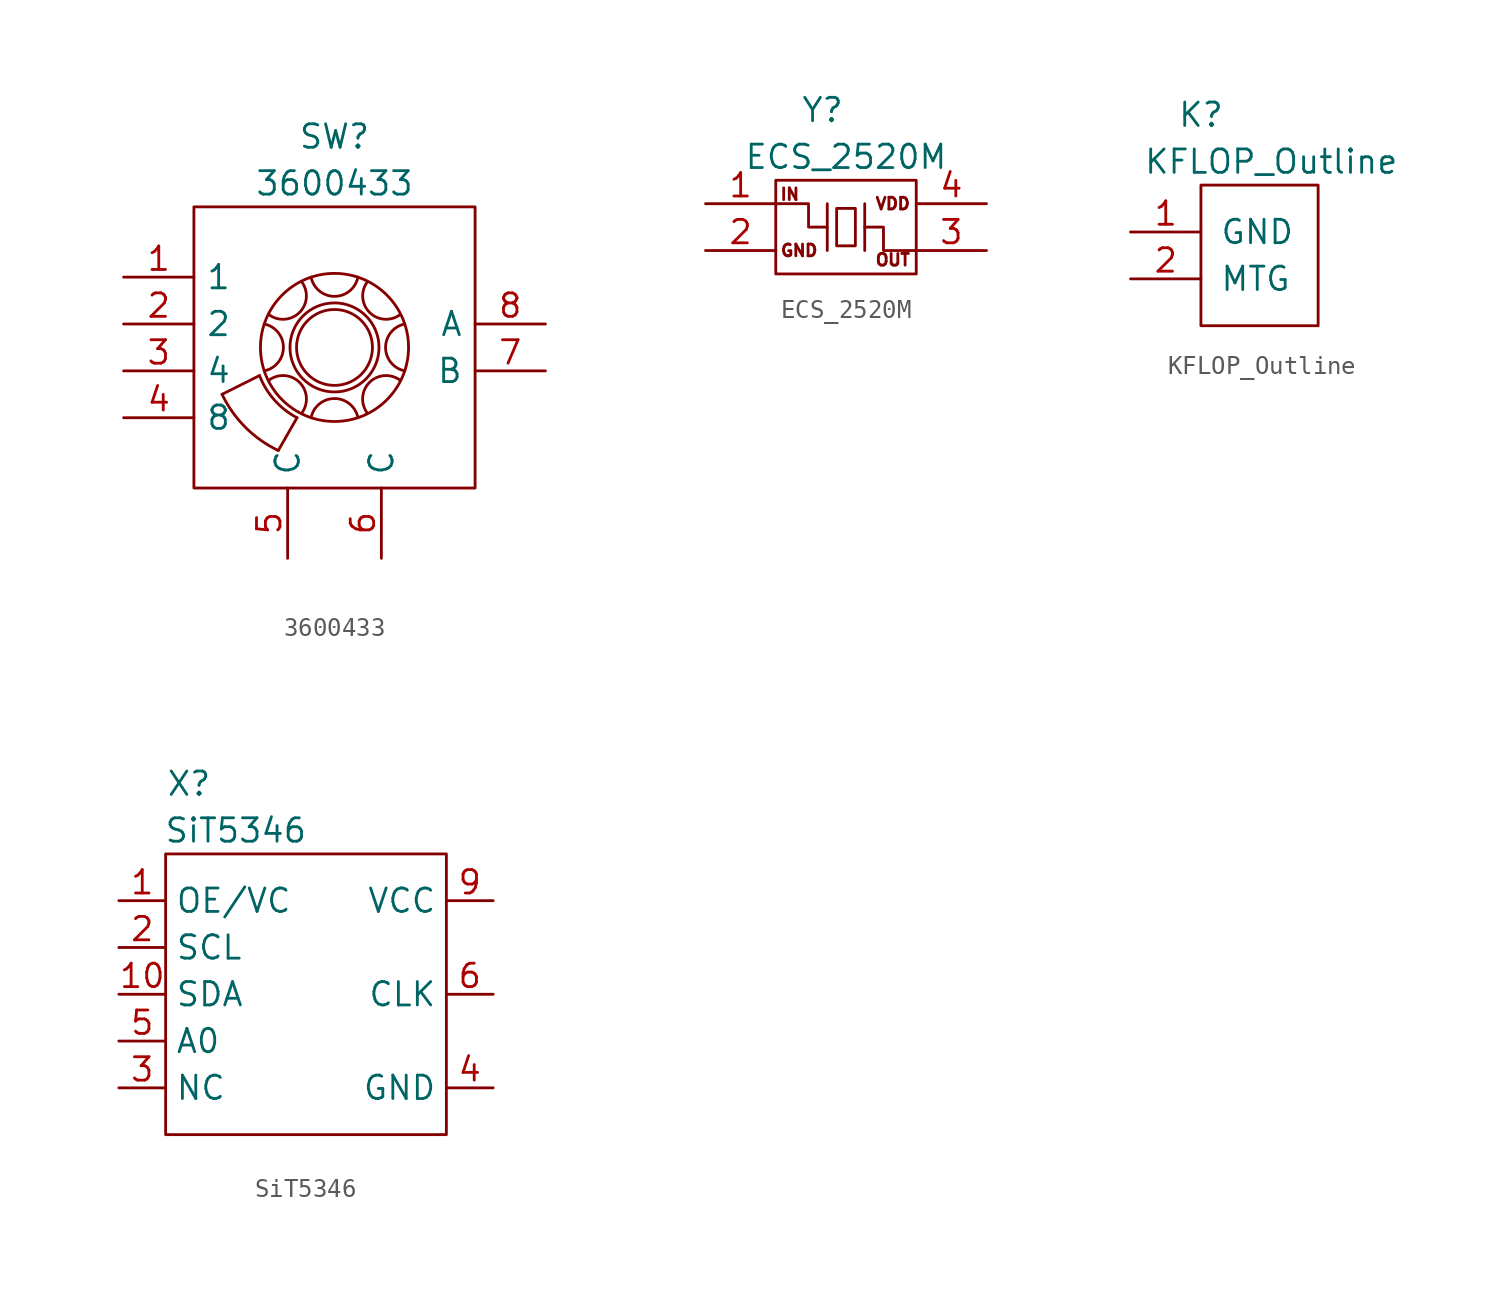
<source format=kicad_sym>
(kicad_symbol_lib
  (version 20220914)
  (generator kicad_symbol_editor)
  (symbol "3600433"
    (pin_names
      (offset 0.635))
    (property "Reference" "SW"
      (at 0 11.43 0)
      (effects (font (size 1.27 1.27))))
    (property "Value" "3600433"
      (at 0 8.89 0)
      (effects (font (size 1.27 1.27))))
    (symbol "3600433_0_1"
      (rectangle (start -7.62 7.62) (end 7.62 -7.62) (stroke (width 0) (type default)) (fill (type none)))
      (arc (start -6.096 -2.54) (mid -4.8331 -4.3251) (end -3.048 -5.588) (stroke (width 0) (type default)) (fill (type none)))
      (arc (start -4.064 -1.524) (mid -3.2558 -2.8513) (end -2.032 -3.81) (stroke (width 0) (type default)) (fill (type none)))
      (polyline (pts (xy -4.064 -1.524) (xy -6.096 -2.54)) (stroke (width 0) (type default)) (fill (type none)))
      (polyline (pts (xy -2.032 -3.81) (xy -3.048 -5.588)) (stroke (width 0) (type default)) (fill (type none)))
      (circle (center 0 0) (radius 2.057) (stroke (width 0) (type default)) (fill (type none)))
      (circle (center 0 0) (radius 2.413) (stroke (width 0) (type default)) (fill (type none)))
      (circle (center 0 0) (radius 4.013) (stroke (width 0) (type default)) (fill (type none)))
      (arc (start 1.27 -3.81) (mid 0 -2.7688) (end -1.27 -3.81) (stroke (width 0) (type default)) (fill (type none)))
      (arc (start 3.556 -1.778) (mid 1.896 -1.896) (end 1.778 -3.556) (stroke (width 0) (type default)) (fill (type none))))
    (symbol "3600433_1_1"
      (arc (start -3.81 -1.27) (mid -2.7688 0) (end -3.81 1.27) (stroke (width 0) (type default)) (fill (type none)))
      (arc (start -3.556 1.778) (mid -1.896 1.896) (end -1.778 3.556) (stroke (width 0) (type default)) (fill (type none)))
      (arc (start -1.778 -3.556) (mid -1.896 -1.896) (end -3.556 -1.778) (stroke (width 0) (type default)) (fill (type none)))
      (arc (start -1.27 3.81) (mid 0 2.7688) (end 1.27 3.81) (stroke (width 0) (type default)) (fill (type none)))
      (arc (start 1.778 3.556) (mid 1.896 1.896) (end 3.556 1.778) (stroke (width 0) (type default)) (fill (type none)))
      (arc (start 3.81 1.27) (mid 2.7688 0) (end 3.81 -1.27) (stroke (width 0) (type default)) (fill (type none)))
      (pin input line (at -11.43 3.81 0) (length 3.81) (name "1" (effects (font (size 1.27 1.27)))) (number "1" (effects (font (size 1.27 1.27)))))
      (pin input line (at -11.43 1.27 0) (length 3.81) (name "2" (effects (font (size 1.27 1.27)))) (number "2" (effects (font (size 1.27 1.27)))))
      (pin input line (at -11.43 -1.27 0) (length 3.81) (name "4" (effects (font (size 1.27 1.27)))) (number "3" (effects (font (size 1.27 1.27)))))
      (pin input line (at -11.43 -3.81 0) (length 3.81) (name "8" (effects (font (size 1.27 1.27)))) (number "4" (effects (font (size 1.27 1.27)))))
      (pin input line (at -2.54 -11.43 90) (length 3.81) (name "C" (effects (font (size 1.27 1.27)))) (number "5" (effects (font (size 1.27 1.27)))))
      (pin input line (at 2.54 -11.43 90) (length 3.81) (name "C" (effects (font (size 1.27 1.27)))) (number "6" (effects (font (size 1.27 1.27)))))
      (pin input line (at 11.43 -1.27 180) (length 3.81) (name "B" (effects (font (size 1.27 1.27)))) (number "7" (effects (font (size 1.27 1.27)))))
      (pin input line (at 11.43 1.27 180) (length 3.81) (name "A" (effects (font (size 1.27 1.27)))) (number "8" (effects (font (size 1.27 1.27)))))))
  (symbol "ECS_2520M"
    (pin_names
      (offset 1.016) hide)
    (property "Reference" "Y"
      (at -1.27 6.35 0)
      (effects (font (size 1.27 1.27))))
    (property "Value" "ECS_2520M"
      (at 0 3.81 0)
      (effects (font (size 1.27 1.27))))
    (symbol "ECS_2520M_0_0"
      (text "GND" (at -2.54 -1.27 0) (effects (font (size 0.635 0.635))))
      (text "IN" (at -3.048 1.778 0) (effects (font (size 0.635 0.635))))
      (text "OUT" (at 2.54 -1.778 0) (effects (font (size 0.635 0.635))))
      (text "VDD" (at 2.54 1.27 0) (effects (font (size 0.635 0.635)))))
    (symbol "ECS_2520M_0_1"
      (rectangle (start -3.81 2.54) (end 3.81 -2.54) (stroke (width 0) (type default)) (fill (type none)))
      (rectangle (start -1.016 1.27) (end -1.016 -1.27) (stroke (width 0) (type default)) (fill (type none)))
      (rectangle (start -0.508 1.016) (end 0.508 -1.016) (stroke (width 0) (type default)) (fill (type none)))
      (polyline (pts (xy -1.016 0) (xy -2.032 0) (xy -2.032 1.27) (xy -3.81 1.27)) (stroke (width 0) (type default)) (fill (type none)))
      (polyline (pts (xy 1.016 0) (xy 2.032 0) (xy 2.032 -1.27) (xy 3.81 -1.27)) (stroke (width 0) (type default)) (fill (type none)))
      (rectangle (start 1.016 1.27) (end 1.016 -1.27) (stroke (width 0) (type default)) (fill (type none))))
    (symbol "ECS_2520M_1_1"
      (pin input line (at -7.62 1.27 0) (length 3.81) (name "IN" (effects (font (size 1.27 1.27)))) (number "1" (effects (font (size 1.27 1.27)))))
      (pin passive line (at -7.62 -1.27 0) (length 3.81) (name "GND" (effects (font (size 1.27 1.27)))) (number "2" (effects (font (size 1.27 1.27)))))
      (pin output line (at 7.62 -1.27 180) (length 3.81) (name "OUT" (effects (font (size 1.27 1.27)))) (number "3" (effects (font (size 1.27 1.27)))))
      (pin power_in line (at 7.62 1.27 180) (length 3.81) (name "VDD" (effects (font (size 1.27 1.27)))) (number "4" (effects (font (size 1.27 1.27)))))))
  (symbol "KFLOP_Outline"
    (pin_names
      (offset 1.016))
    (property "Reference" "K"
      (at -2.54 7.62 0)
      (effects (font (size 1.27 1.27))))
    (property "Value" "KFLOP_Outline"
      (at 1.27 5.08 0)
      (effects (font (size 1.27 1.27))))
    (symbol "KFLOP_Outline_0_1"
      (rectangle (start -2.54 3.81) (end 3.81 -3.81) (stroke (width 0) (type default)) (fill (type none))))
    (symbol "KFLOP_Outline_1_1"
      (pin input line (at -6.35 1.27 0) (length 3.81) (name "GND" (effects (font (size 1.27 1.27)))) (number "1" (effects (font (size 1.27 1.27)))))
      (pin input line (at -6.35 -1.27 0) (length 3.81) (name "MTG" (effects (font (size 1.27 1.27)))) (number "2" (effects (font (size 1.27 1.27)))))))
  (symbol "SiT5346"
    (property "Reference" "X"
      (at -6.35 11.43 0)
      (effects (font (size 1.27 1.27))))
    (property "Value" "SiT5346"
      (at -3.81 8.89 0)
      (effects (font (size 1.27 1.27))))
    (symbol "SiT5346_0_1"
      (rectangle (start -7.62 7.62) (end 7.62 -7.62) (stroke (width 0) (type default)) (fill (type none))))
    (symbol "SiT5346_1_1"
      (pin input line (at -10.16 5.08 0) (length 2.54) (name "OE/VC" (effects (font (size 1.27 1.27)))) (number "1" (effects (font (size 1.27 1.27)))))
      (pin input line (at -10.16 0 0) (length 2.54) (name "SDA" (effects (font (size 1.27 1.27)))) (number "10" (effects (font (size 1.27 1.27)))))
      (pin input line (at -10.16 2.54 0) (length 2.54) (name "SCL" (effects (font (size 1.27 1.27)))) (number "2" (effects (font (size 1.27 1.27)))))
      (pin free line (at -10.16 -5.08 0) (length 2.54) (name "NC" (effects (font (size 1.27 1.27)))) (number "3" (effects (font (size 1.27 1.27)))))
      (pin passive line (at 10.16 -5.08 180) (length 2.54) (name "GND" (effects (font (size 1.27 1.27)))) (number "4" (effects (font (size 1.27 1.27)))))
      (pin input line (at -10.16 -2.54 0) (length 2.54) (name "A0" (effects (font (size 1.27 1.27)))) (number "5" (effects (font (size 1.27 1.27)))))
      (pin output line (at 10.16 0 180) (length 2.54) (name "CLK" (effects (font (size 1.27 1.27)))) (number "6" (effects (font (size 1.27 1.27)))))
      (pin free line (at -10.16 -5.08 0) (length 2.54) hide (name "NC" (effects (font (size 1.27 1.27)))) (number "7" (effects (font (size 1.27 1.27)))))
      (pin free line (at -10.16 -5.08 0) (length 2.54) hide (name "NC" (effects (font (size 1.27 1.27)))) (number "8" (effects (font (size 1.27 1.27)))))
      (pin power_in line (at 10.16 5.08 180) (length 2.54) (name "VCC" (effects (font (size 1.27 1.27)))) (number "9" (effects (font (size 1.27 1.27))))))))
</source>
